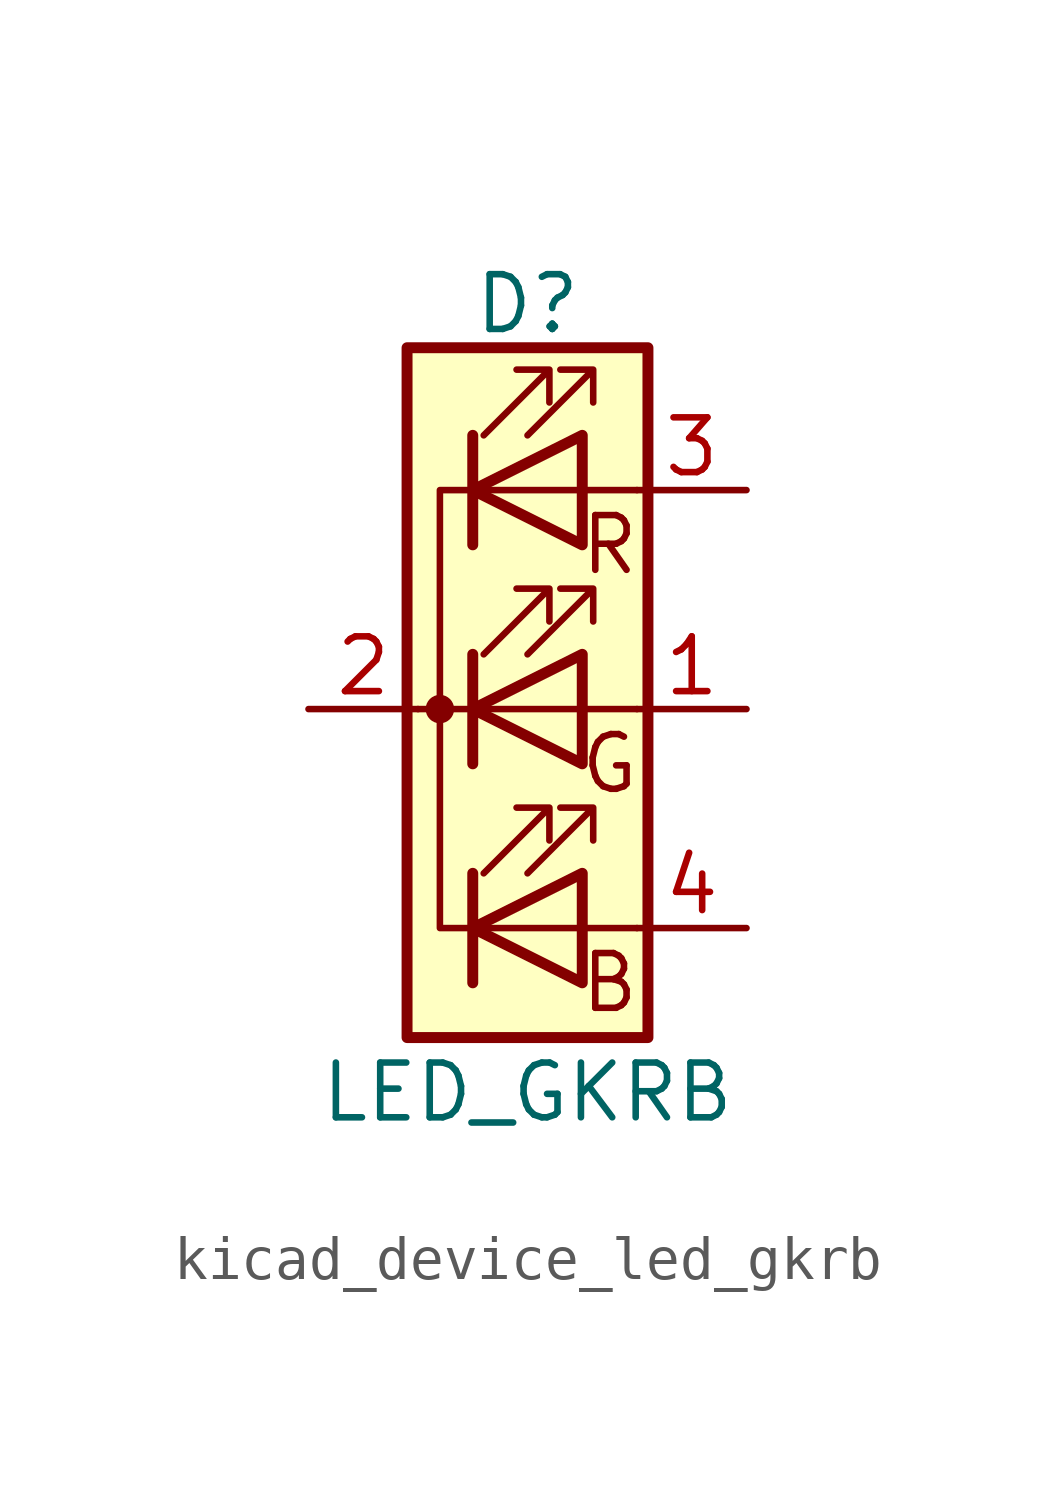
<source format=kicad_sym>
(kicad_symbol_lib
  (version 20220914)
  (generator kicad_symbol_editor)
  (symbol "kicad_device_led_gkrb"
    (pin_names
      (offset 0) hide)
    (property "Reference" "D"
      (at 0 9.398 0)
      (effects (font (size 1.27 1.27))))
    (property "Value" "LED_GKRB"
      (at 0 -8.89 0)
      (effects (font (size 1.27 1.27))))
    (symbol "kicad_device_led_gkrb_0_0"
      (text "B" (at 1.905 -6.35 0) (effects (font (size 1.27 1.27))))
      (text "G" (at 1.905 -1.27 0) (effects (font (size 1.27 1.27))))
      (text "R" (at 1.905 3.81 0) (effects (font (size 1.27 1.27)))))
    (symbol "kicad_device_led_gkrb_0_1"
      (circle (center -2.032 0) (radius 0.254) (stroke (width 0) (type default)) (fill (type outline)))
      (polyline (pts (xy -1.27 -5.08) (xy 1.27 -5.08)) (stroke (width 0) (type default)) (fill (type none)))
      (polyline (pts (xy -1.27 -3.81) (xy -1.27 -6.35)) (stroke (width 0.254) (type default)) (fill (type none)))
      (polyline (pts (xy -1.27 0) (xy -2.54 0)) (stroke (width 0) (type default)) (fill (type none)))
      (polyline (pts (xy -1.27 1.27) (xy -1.27 -1.27)) (stroke (width 0.254) (type default)) (fill (type none)))
      (polyline (pts (xy -1.27 5.08) (xy 1.27 5.08)) (stroke (width 0) (type default)) (fill (type none)))
      (polyline (pts (xy -1.27 6.35) (xy -1.27 3.81)) (stroke (width 0.254) (type default)) (fill (type none)))
      (polyline (pts (xy 1.27 -5.08) (xy 2.54 -5.08)) (stroke (width 0) (type default)) (fill (type none)))
      (polyline (pts (xy 1.27 0) (xy -1.27 0)) (stroke (width 0) (type default)) (fill (type none)))
      (polyline (pts (xy 1.27 0) (xy 2.54 0)) (stroke (width 0) (type default)) (fill (type none)))
      (polyline (pts (xy 1.27 5.08) (xy 2.54 5.08)) (stroke (width 0) (type default)) (fill (type none)))
      (polyline (pts (xy -1.27 1.27) (xy -1.27 -1.27) (xy -1.27 -1.27)) (stroke (width 0) (type default)) (fill (type none)))
      (polyline (pts (xy -1.27 6.35) (xy -1.27 3.81) (xy -1.27 3.81)) (stroke (width 0) (type default)) (fill (type none)))
      (polyline (pts (xy -1.27 5.08) (xy -2.032 5.08) (xy -2.032 -5.08) (xy -1.016 -5.08)) (stroke (width 0) (type default)) (fill (type none)))
      (polyline (pts (xy 1.27 -3.81) (xy 1.27 -6.35) (xy -1.27 -5.08) (xy 1.27 -3.81)) (stroke (width 0.254) (type default)) (fill (type none)))
      (polyline (pts (xy 1.27 1.27) (xy 1.27 -1.27) (xy -1.27 0) (xy 1.27 1.27)) (stroke (width 0.254) (type default)) (fill (type none)))
      (polyline (pts (xy 1.27 6.35) (xy 1.27 3.81) (xy -1.27 5.08) (xy 1.27 6.35)) (stroke (width 0.254) (type default)) (fill (type none)))
      (polyline (pts (xy -1.016 -3.81) (xy 0.508 -2.286) (xy -0.254 -2.286) (xy 0.508 -2.286) (xy 0.508 -3.048)) (stroke (width 0) (type default)) (fill (type none)))
      (polyline (pts (xy -1.016 1.27) (xy 0.508 2.794) (xy -0.254 2.794) (xy 0.508 2.794) (xy 0.508 2.032)) (stroke (width 0) (type default)) (fill (type none)))
      (polyline (pts (xy -1.016 6.35) (xy 0.508 7.874) (xy -0.254 7.874) (xy 0.508 7.874) (xy 0.508 7.112)) (stroke (width 0) (type default)) (fill (type none)))
      (polyline (pts (xy 0 -3.81) (xy 1.524 -2.286) (xy 0.762 -2.286) (xy 1.524 -2.286) (xy 1.524 -3.048)) (stroke (width 0) (type default)) (fill (type none)))
      (polyline (pts (xy 0 1.27) (xy 1.524 2.794) (xy 0.762 2.794) (xy 1.524 2.794) (xy 1.524 2.032)) (stroke (width 0) (type default)) (fill (type none)))
      (polyline (pts (xy 0 6.35) (xy 1.524 7.874) (xy 0.762 7.874) (xy 1.524 7.874) (xy 1.524 7.112)) (stroke (width 0) (type default)) (fill (type none)))
      (rectangle (start 1.27 -1.27) (end 1.27 1.27) (stroke (width 0) (type default)) (fill (type none)))
      (rectangle (start 1.27 1.27) (end 1.27 1.27) (stroke (width 0) (type default)) (fill (type none)))
      (rectangle (start 1.27 3.81) (end 1.27 6.35) (stroke (width 0) (type default)) (fill (type none)))
      (rectangle (start 1.27 6.35) (end 1.27 6.35) (stroke (width 0) (type default)) (fill (type none)))
      (rectangle (start 2.794 8.382) (end -2.794 -7.62) (stroke (width 0.254) (type default)) (fill (type background))))
    (symbol "kicad_device_led_gkrb_1_1"
      (pin passive line (at 5.08 0 180) (length 2.54) (name "GA" (effects (font (size 1.27 1.27)))) (number "1" (effects (font (size 1.27 1.27)))))
      (pin passive line (at -5.08 0 0) (length 2.54) (name "K" (effects (font (size 1.27 1.27)))) (number "2" (effects (font (size 1.27 1.27)))))
      (pin passive line (at 5.08 5.08 180) (length 2.54) (name "RA" (effects (font (size 1.27 1.27)))) (number "3" (effects (font (size 1.27 1.27)))))
      (pin passive line (at 5.08 -5.08 180) (length 2.54) (name "BA" (effects (font (size 1.27 1.27)))) (number "4" (effects (font (size 1.27 1.27))))))))
</source>
